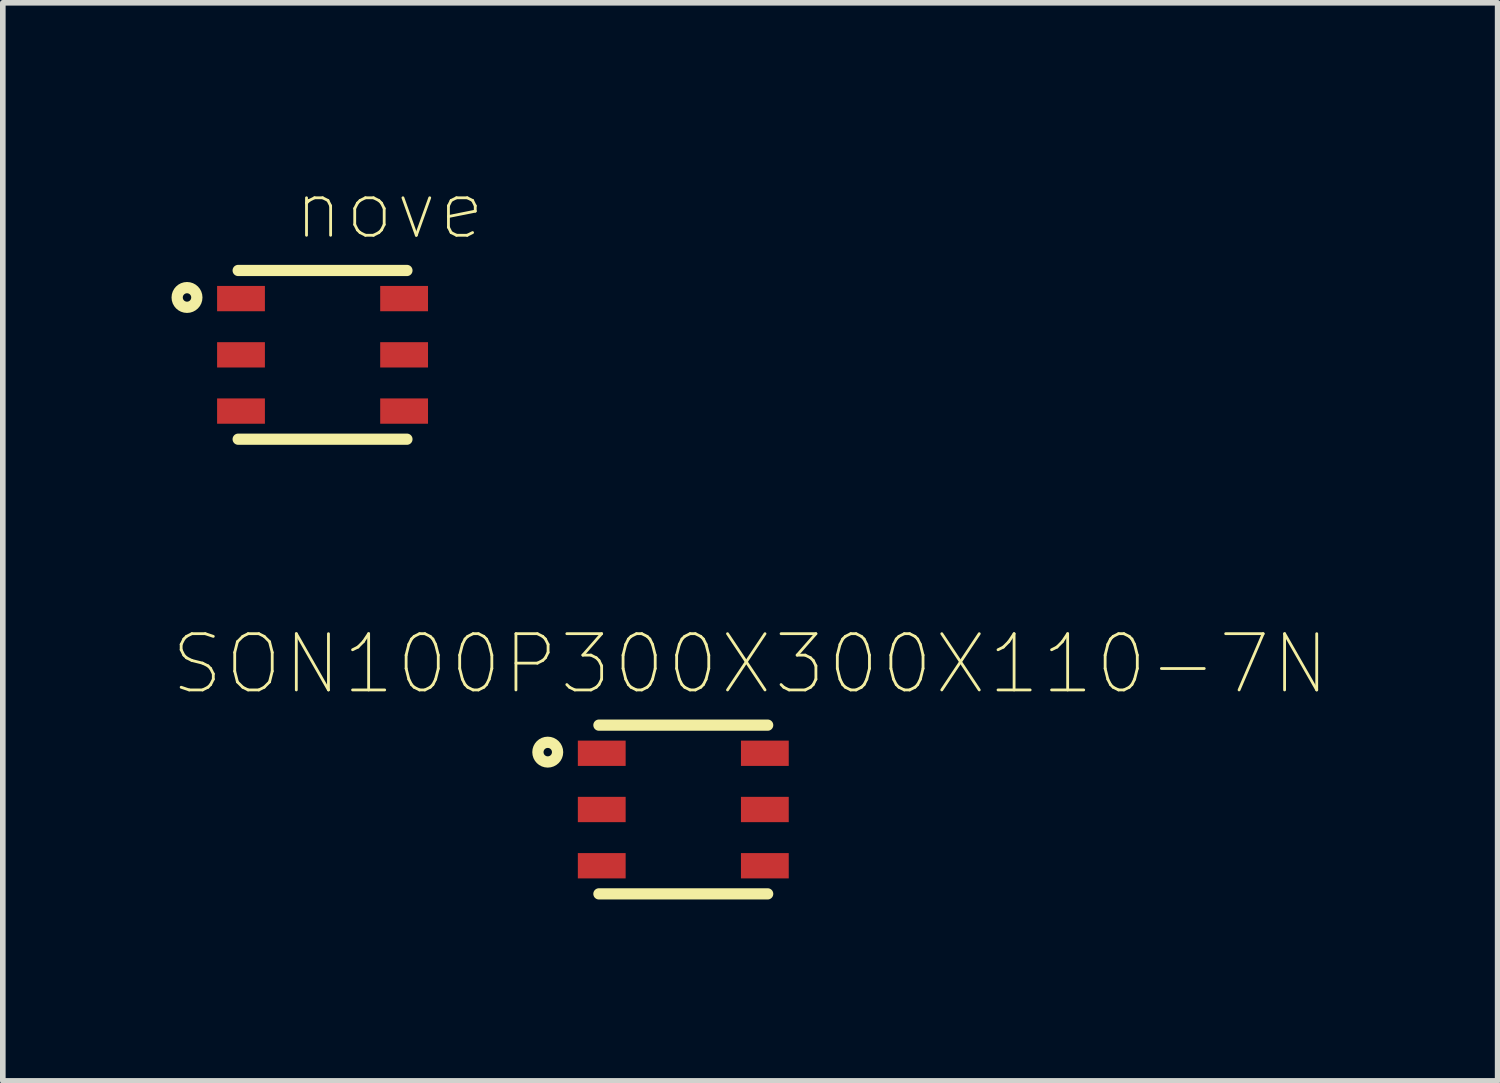
<source format=kicad_pcb>
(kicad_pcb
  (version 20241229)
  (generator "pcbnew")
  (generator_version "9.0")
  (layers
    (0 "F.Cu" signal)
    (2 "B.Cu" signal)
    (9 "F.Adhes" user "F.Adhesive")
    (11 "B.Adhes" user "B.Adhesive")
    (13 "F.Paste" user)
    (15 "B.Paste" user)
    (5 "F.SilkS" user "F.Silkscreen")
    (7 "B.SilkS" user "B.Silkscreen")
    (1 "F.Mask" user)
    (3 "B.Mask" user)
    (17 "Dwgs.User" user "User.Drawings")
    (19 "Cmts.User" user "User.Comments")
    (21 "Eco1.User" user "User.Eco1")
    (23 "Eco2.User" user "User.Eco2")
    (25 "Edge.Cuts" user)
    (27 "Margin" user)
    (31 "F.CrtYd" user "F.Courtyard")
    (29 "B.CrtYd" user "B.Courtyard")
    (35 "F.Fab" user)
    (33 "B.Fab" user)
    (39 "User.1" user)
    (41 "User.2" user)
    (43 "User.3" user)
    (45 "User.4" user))
  (footprint "nove"
    (layer "F.Cu")
    (at 2.685 3.259)
    (property "Reference" "nove" (at 1.191 -2.586 0) (layer "F.SilkS") (effects (font (size 1 1) (thickness 0.05))))
    (attr smd)
    (fp_line (start -1.5 -1.5) (end 1.5 -1.5) (stroke (width 0.2) (type solid)) (layer "F.SilkS"))
    (fp_line (start 1.5 1.5) (end -1.5 1.5) (stroke (width 0.2) (type solid)) (layer "F.SilkS"))
    (fp_circle (center -2.41 -1.02) (end -2.235 -1.02) (stroke (width 0.2) (type solid)) (fill no) (layer "F.SilkS"))
    (fp_line (start -2.15 -1.8) (end 2.15 -1.8) (stroke (width 0.05) (type solid)) (layer "Eco1.User"))
    (fp_line (start -2.15 1.8) (end -2.15 -1.8) (stroke (width 0.05) (type solid)) (layer "Eco1.User"))
    (fp_line (start 2.15 -1.8) (end 2.15 1.8) (stroke (width 0.05) (type solid)) (layer "Eco1.User"))
    (fp_line (start 2.15 1.8) (end -2.15 1.8) (stroke (width 0.05) (type solid)) (layer "Eco1.User"))
    (fp_line (start -1.5 1.5) (end -1.5 -1.5) (stroke (width 0.2) (type solid)) (layer "Eco2.User"))
    (fp_line (start 1.5 -1.5) (end 1.5 1.5) (stroke (width 0.2) (type solid)) (layer "Eco2.User"))
    (pad "1" smd rect (at -1.45 -1) (size 0.85 0.45) (layers "F.Cu" "F.Mask" "F.Paste"))
    (pad "2" smd rect (at -1.45 0) (size 0.85 0.45) (layers "F.Cu" "F.Mask" "F.Paste"))
    (pad "3" smd rect (at -1.45 1) (size 0.85 0.45) (layers "F.Cu" "F.Mask" "F.Paste"))
    (pad "4" smd rect (at 1.45 1 180) (size 0.85 0.45) (layers "F.Cu" "F.Mask" "F.Paste"))
    (pad "5" smd rect (at 1.45 0 180) (size 0.85 0.45) (layers "F.Cu" "F.Mask" "F.Paste"))
    (pad "6" smd rect (at 1.45 -1 180) (size 0.85 0.45) (layers "F.Cu" "F.Mask" "F.Paste")))
  (footprint "SON100P300X300X110-7N"
    (layer "F.Cu")
    (at 9.099 11.343)
    (property "Reference" "SON100P300X300X110-7N" (at 1.191 -2.586 0) (layer "F.SilkS") (effects (font (size 1 1) (thickness 0.05))))
    (attr smd)
    (fp_line (start -1.5 -1.5) (end 1.5 -1.5) (stroke (width 0.2) (type solid)) (layer "F.SilkS"))
    (fp_line (start 1.5 1.5) (end -1.5 1.5) (stroke (width 0.2) (type solid)) (layer "F.SilkS"))
    (fp_circle (center -2.41 -1.02) (end -2.235 -1.02) (stroke (width 0.2) (type solid)) (fill no) (layer "F.SilkS"))
    (fp_line (start -2.15 -1.8) (end 2.15 -1.8) (stroke (width 0.05) (type solid)) (layer "Eco1.User"))
    (fp_line (start -2.15 1.8) (end -2.15 -1.8) (stroke (width 0.05) (type solid)) (layer "Eco1.User"))
    (fp_line (start 2.15 -1.8) (end 2.15 1.8) (stroke (width 0.05) (type solid)) (layer "Eco1.User"))
    (fp_line (start 2.15 1.8) (end -2.15 1.8) (stroke (width 0.05) (type solid)) (layer "Eco1.User"))
    (fp_line (start -1.5 1.5) (end -1.5 -1.5) (stroke (width 0.2) (type solid)) (layer "Eco2.User"))
    (fp_line (start 1.5 -1.5) (end 1.5 1.5) (stroke (width 0.2) (type solid)) (layer "Eco2.User"))
    (pad "1" smd rect (at -1.45 -1) (size 0.85 0.45) (layers "F.Cu" "F.Mask" "F.Paste"))
    (pad "2" smd rect (at -1.45 0) (size 0.85 0.45) (layers "F.Cu" "F.Mask" "F.Paste"))
    (pad "3" smd rect (at -1.45 1) (size 0.85 0.45) (layers "F.Cu" "F.Mask" "F.Paste"))
    (pad "4" smd rect (at 1.45 1 180) (size 0.85 0.45) (layers "F.Cu" "F.Mask" "F.Paste"))
    (pad "5" smd rect (at 1.45 0 180) (size 0.85 0.45) (layers "F.Cu" "F.Mask" "F.Paste"))
    (pad "6" smd rect (at 1.45 -1 180) (size 0.85 0.45) (layers "F.Cu" "F.Mask" "F.Paste")))
  (gr_rect
    (start -3 -3)
    (end 23.578 16.168)
    (stroke (width 0.1) (type default))
    (fill no)
    (layer "Edge.Cuts")))
</source>
